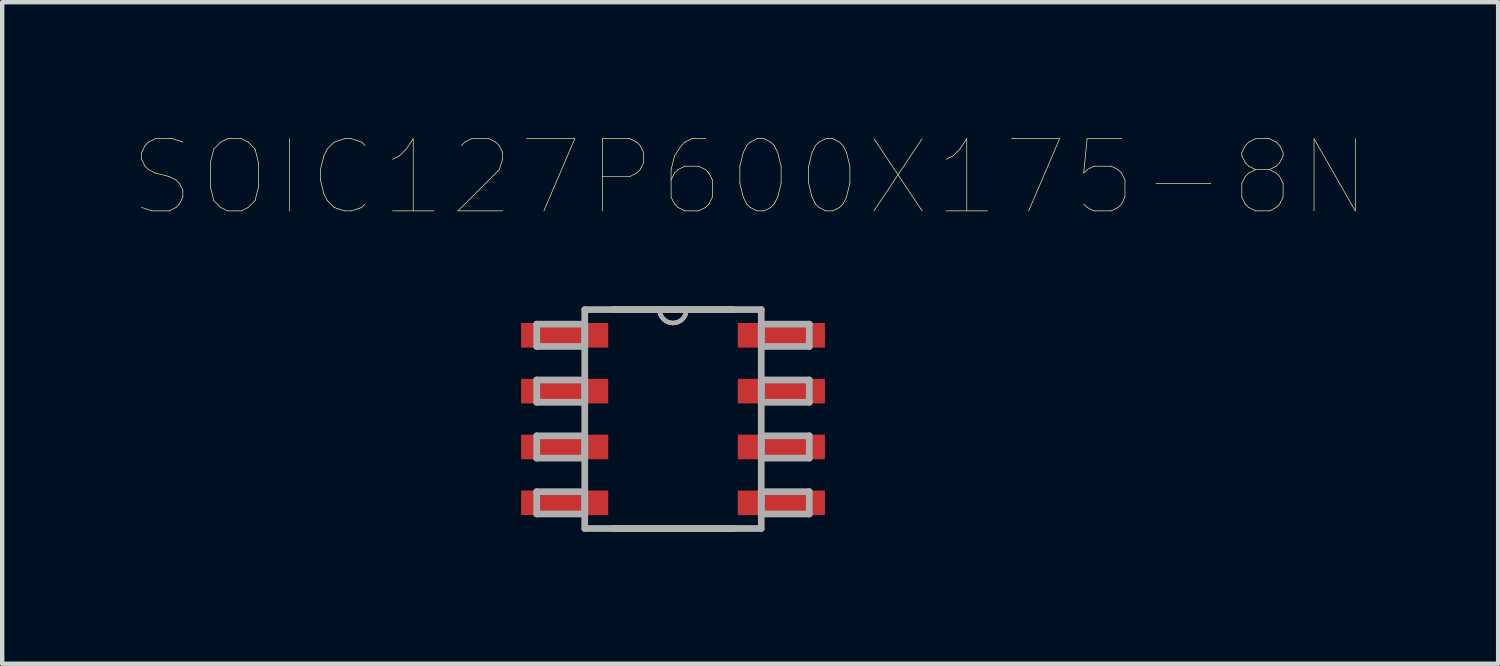
<source format=kicad_pcb>
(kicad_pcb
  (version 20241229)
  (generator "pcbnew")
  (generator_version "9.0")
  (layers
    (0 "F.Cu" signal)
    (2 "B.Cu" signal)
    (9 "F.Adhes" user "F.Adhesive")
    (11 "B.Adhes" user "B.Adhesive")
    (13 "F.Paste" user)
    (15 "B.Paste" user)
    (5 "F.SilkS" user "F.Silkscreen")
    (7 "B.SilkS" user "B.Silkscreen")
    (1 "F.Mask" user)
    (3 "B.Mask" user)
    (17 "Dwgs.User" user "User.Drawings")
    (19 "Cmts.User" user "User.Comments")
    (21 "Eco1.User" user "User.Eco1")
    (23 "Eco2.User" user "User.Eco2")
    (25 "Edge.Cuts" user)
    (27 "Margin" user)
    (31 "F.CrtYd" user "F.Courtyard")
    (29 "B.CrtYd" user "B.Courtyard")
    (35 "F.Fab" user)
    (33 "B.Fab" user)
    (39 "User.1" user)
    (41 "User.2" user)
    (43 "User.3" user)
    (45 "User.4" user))
  (footprint "SOIC127P600X175-8N"
    (layer "F.Cu")
    (at 12.255 6.48)
    (property "Reference" "SOIC127P600X175-8N" (at 1.755 -5.493 0) (layer "F.SilkS") (effects (font (size 1.642 1.642) (thickness 0.015))))
    (attr through_hole)
    (fp_line (start -1.372 2.489) (end 1.372 2.489) (stroke (width 0.152) (type solid)) (layer "F.SilkS"))
    (fp_line (start -0.305 -2.489) (end -1.372 -2.489) (stroke (width 0.152) (type solid)) (layer "F.SilkS"))
    (fp_line (start 0.305 -2.489) (end -0.305 -2.489) (stroke (width 0.152) (type solid)) (layer "F.SilkS"))
    (fp_line (start 1.372 -2.489) (end 0.305 -2.489) (stroke (width 0.152) (type solid)) (layer "F.SilkS"))
    (fp_arc (start 0.3048 -2.4892) (mid 0 -2.1844) (end -0.3048 -2.4892) (stroke (width 0.1) (type solid)) (layer "F.SilkS"))
    (fp_line (start -3.099 -2.159) (end -3.099 -1.651) (stroke (width 0.152) (type solid)) (layer "F.Fab"))
    (fp_line (start -3.099 -1.651) (end -2.007 -1.651) (stroke (width 0.152) (type solid)) (layer "F.Fab"))
    (fp_line (start -3.099 -0.889) (end -3.099 -0.381) (stroke (width 0.152) (type solid)) (layer "F.Fab"))
    (fp_line (start -3.099 -0.381) (end -2.007 -0.381) (stroke (width 0.152) (type solid)) (layer "F.Fab"))
    (fp_line (start -3.099 0.381) (end -3.099 0.889) (stroke (width 0.152) (type solid)) (layer "F.Fab"))
    (fp_line (start -3.099 0.889) (end -2.007 0.889) (stroke (width 0.152) (type solid)) (layer "F.Fab"))
    (fp_line (start -3.099 1.651) (end -3.099 2.159) (stroke (width 0.152) (type solid)) (layer "F.Fab"))
    (fp_line (start -3.099 2.159) (end -2.007 2.159) (stroke (width 0.152) (type solid)) (layer "F.Fab"))
    (fp_line (start -2.007 -2.489) (end -2.007 2.489) (stroke (width 0.152) (type solid)) (layer "F.Fab"))
    (fp_line (start -2.007 -2.159) (end -3.099 -2.159) (stroke (width 0.152) (type solid)) (layer "F.Fab"))
    (fp_line (start -2.007 -1.651) (end -2.007 -2.159) (stroke (width 0.152) (type solid)) (layer "F.Fab"))
    (fp_line (start -2.007 -0.889) (end -3.099 -0.889) (stroke (width 0.152) (type solid)) (layer "F.Fab"))
    (fp_line (start -2.007 -0.381) (end -2.007 -0.889) (stroke (width 0.152) (type solid)) (layer "F.Fab"))
    (fp_line (start -2.007 0.381) (end -3.099 0.381) (stroke (width 0.152) (type solid)) (layer "F.Fab"))
    (fp_line (start -2.007 0.889) (end -2.007 0.381) (stroke (width 0.152) (type solid)) (layer "F.Fab"))
    (fp_line (start -2.007 1.651) (end -3.099 1.651) (stroke (width 0.152) (type solid)) (layer "F.Fab"))
    (fp_line (start -2.007 2.159) (end -2.007 1.651) (stroke (width 0.152) (type solid)) (layer "F.Fab"))
    (fp_line (start -2.007 2.489) (end 2.007 2.489) (stroke (width 0.152) (type solid)) (layer "F.Fab"))
    (fp_line (start -0.305 -2.489) (end -2.007 -2.489) (stroke (width 0.152) (type solid)) (layer "F.Fab"))
    (fp_line (start 0.305 -2.489) (end -0.305 -2.489) (stroke (width 0.152) (type solid)) (layer "F.Fab"))
    (fp_line (start 2.007 -2.489) (end 0.305 -2.489) (stroke (width 0.152) (type solid)) (layer "F.Fab"))
    (fp_line (start 2.007 -2.159) (end 2.007 -1.651) (stroke (width 0.152) (type solid)) (layer "F.Fab"))
    (fp_line (start 2.007 -1.651) (end 3.099 -1.651) (stroke (width 0.152) (type solid)) (layer "F.Fab"))
    (fp_line (start 2.007 -0.889) (end 2.007 -0.381) (stroke (width 0.152) (type solid)) (layer "F.Fab"))
    (fp_line (start 2.007 -0.381) (end 3.099 -0.381) (stroke (width 0.152) (type solid)) (layer "F.Fab"))
    (fp_line (start 2.007 0.381) (end 2.007 0.889) (stroke (width 0.152) (type solid)) (layer "F.Fab"))
    (fp_line (start 2.007 0.889) (end 3.099 0.889) (stroke (width 0.152) (type solid)) (layer "F.Fab"))
    (fp_line (start 2.007 1.651) (end 2.007 2.159) (stroke (width 0.152) (type solid)) (layer "F.Fab"))
    (fp_line (start 2.007 2.159) (end 3.099 2.159) (stroke (width 0.152) (type solid)) (layer "F.Fab"))
    (fp_line (start 2.007 2.489) (end 2.007 -2.489) (stroke (width 0.152) (type solid)) (layer "F.Fab"))
    (fp_line (start 3.099 -2.159) (end 2.007 -2.159) (stroke (width 0.152) (type solid)) (layer "F.Fab"))
    (fp_line (start 3.099 -1.651) (end 3.099 -2.159) (stroke (width 0.152) (type solid)) (layer "F.Fab"))
    (fp_line (start 3.099 -0.889) (end 2.007 -0.889) (stroke (width 0.152) (type solid)) (layer "F.Fab"))
    (fp_line (start 3.099 -0.381) (end 3.099 -0.889) (stroke (width 0.152) (type solid)) (layer "F.Fab"))
    (fp_line (start 3.099 0.381) (end 2.007 0.381) (stroke (width 0.152) (type solid)) (layer "F.Fab"))
    (fp_line (start 3.099 0.889) (end 3.099 0.381) (stroke (width 0.152) (type solid)) (layer "F.Fab"))
    (fp_line (start 3.099 1.651) (end 2.007 1.651) (stroke (width 0.152) (type solid)) (layer "F.Fab"))
    (fp_line (start 3.099 2.159) (end 3.099 1.651) (stroke (width 0.152) (type solid)) (layer "F.Fab"))
    (fp_arc (start 0.3048 -2.4892) (mid 0 -2.1844) (end -0.3048 -2.4892) (stroke (width 0.1) (type solid)) (layer "F.Fab"))
    (pad "1" smd rect (at -2.464 -1.905) (size 1.981 0.559) (layers "F.Cu" "F.Mask" "F.Paste"))
    (pad "2" smd rect (at -2.464 -0.635) (size 1.981 0.559) (layers "F.Cu" "F.Mask" "F.Paste"))
    (pad "3" smd rect (at -2.464 0.635) (size 1.981 0.559) (layers "F.Cu" "F.Mask" "F.Paste"))
    (pad "4" smd rect (at -2.464 1.905) (size 1.981 0.559) (layers "F.Cu" "F.Mask" "F.Paste"))
    (pad "5" smd rect (at 2.464 1.905) (size 1.981 0.559) (layers "F.Cu" "F.Mask" "F.Paste"))
    (pad "6" smd rect (at 2.464 0.635) (size 1.981 0.559) (layers "F.Cu" "F.Mask" "F.Paste"))
    (pad "7" smd rect (at 2.464 -0.635) (size 1.981 0.559) (layers "F.Cu" "F.Mask" "F.Paste"))
    (pad "8" smd rect (at 2.464 -1.905) (size 1.981 0.559) (layers "F.Cu" "F.Mask" "F.Paste")))
  (gr_rect
    (start -3 -3)
    (end 31.02 12.045)
    (stroke (width 0.1) (type default))
    (fill no)
    (layer "Edge.Cuts")))
</source>
